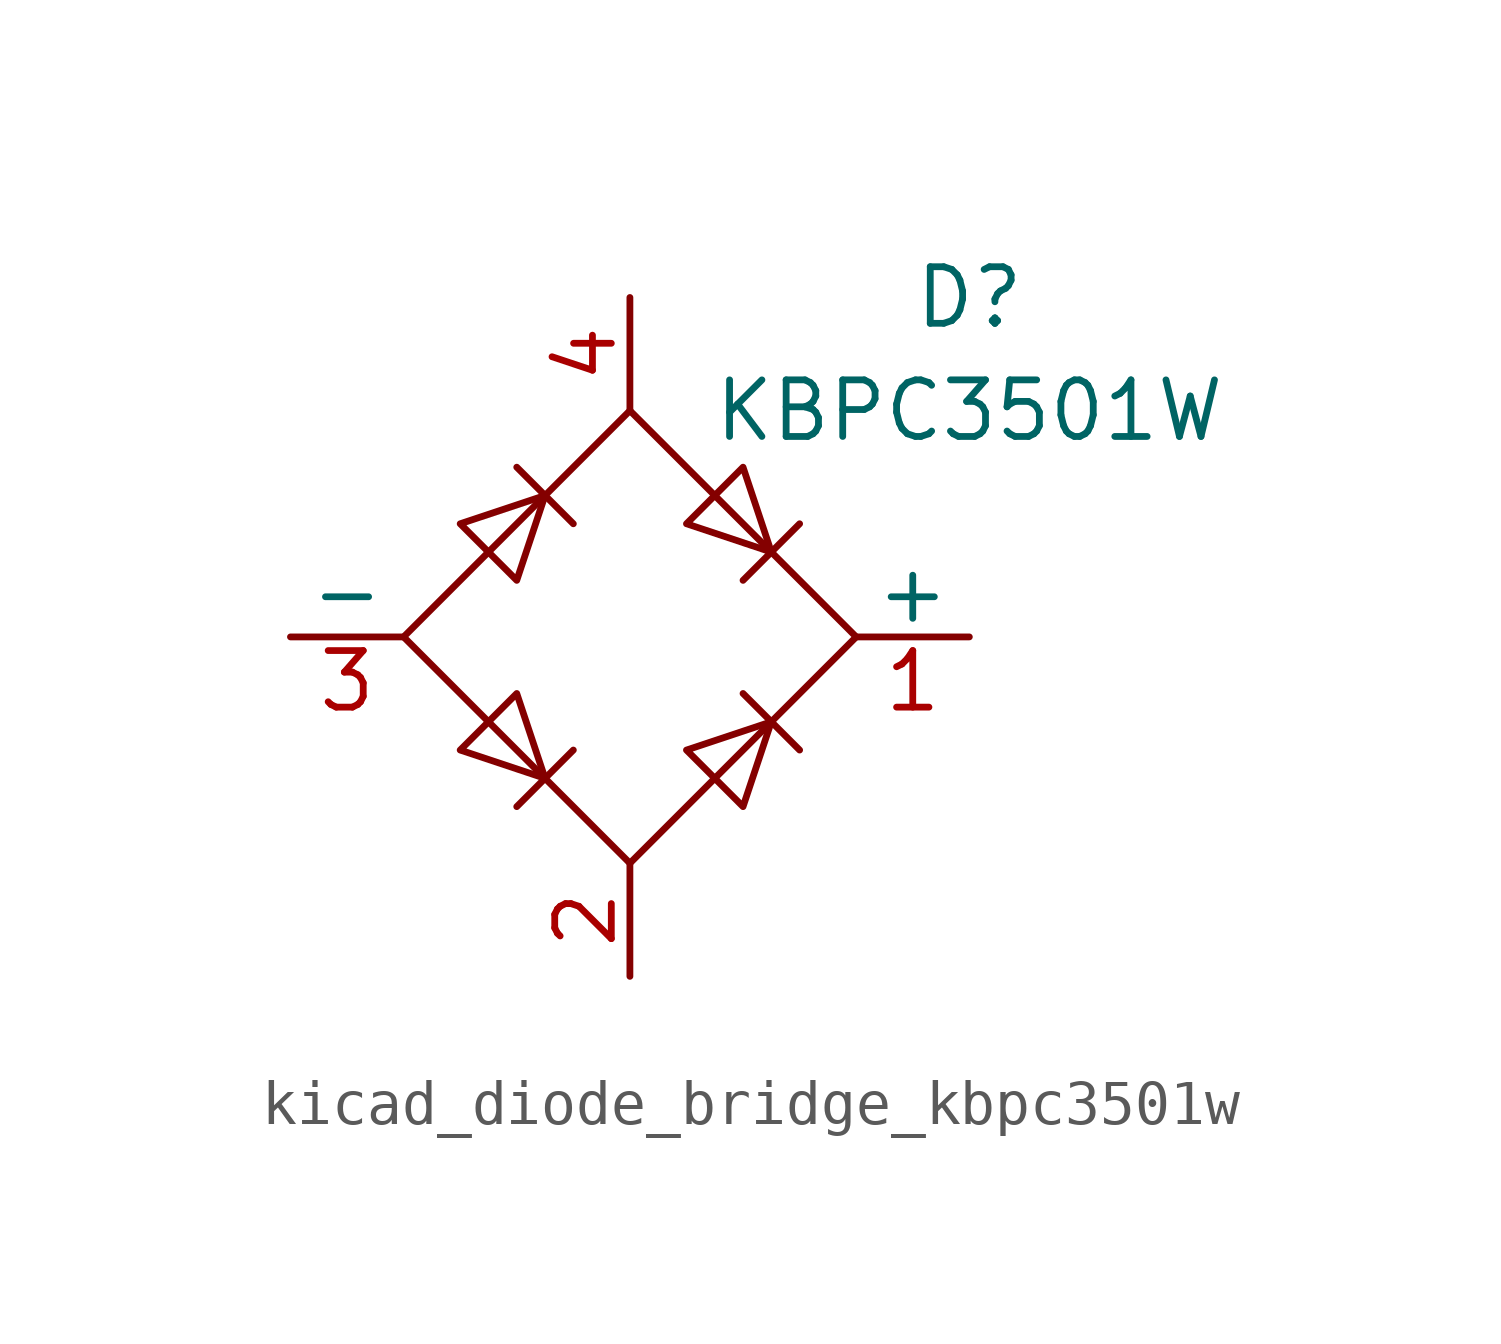
<source format=kicad_sym>
(kicad_symbol_lib
  (version 20220914)
  (generator kicad_symbol_editor)
  (symbol "kicad_diode_bridge_kbpc3501w"
    (pin_names
      (offset 0))
    (property "Reference" "D"
      (at 7.62 7.62 0)
      (effects (font (size 1.27 1.27))))
    (property "Value" "KBPC3501W"
      (at 7.62 5.08 0)
      (effects (font (size 1.27 1.27))))
    (symbol "kicad_diode_bridge_kbpc3501w_0_1"
      (polyline (pts (xy -2.54 3.81) (xy -1.27 2.54)) (stroke (width 0) (type default)) (fill (type none)))
      (polyline (pts (xy -1.27 -2.54) (xy -2.54 -3.81)) (stroke (width 0) (type default)) (fill (type none)))
      (polyline (pts (xy 2.54 -1.27) (xy 3.81 -2.54)) (stroke (width 0) (type default)) (fill (type none)))
      (polyline (pts (xy 2.54 1.27) (xy 3.81 2.54)) (stroke (width 0) (type default)) (fill (type none)))
      (polyline (pts (xy -3.81 2.54) (xy -2.54 1.27) (xy -1.905 3.175) (xy -3.81 2.54)) (stroke (width 0) (type default)) (fill (type none)))
      (polyline (pts (xy -2.54 -1.27) (xy -3.81 -2.54) (xy -1.905 -3.175) (xy -2.54 -1.27)) (stroke (width 0) (type default)) (fill (type none)))
      (polyline (pts (xy 1.27 2.54) (xy 2.54 3.81) (xy 3.175 1.905) (xy 1.27 2.54)) (stroke (width 0) (type default)) (fill (type none)))
      (polyline (pts (xy 3.175 -1.905) (xy 1.27 -2.54) (xy 2.54 -3.81) (xy 3.175 -1.905)) (stroke (width 0) (type default)) (fill (type none)))
      (polyline (pts (xy -5.08 0) (xy 0 -5.08) (xy 5.08 0) (xy 0 5.08) (xy -5.08 0)) (stroke (width 0) (type default)) (fill (type none))))
    (symbol "kicad_diode_bridge_kbpc3501w_1_1"
      (pin passive line (at 7.62 0 180) (length 2.54) (name "+" (effects (font (size 1.27 1.27)))) (number "1" (effects (font (size 1.27 1.27)))))
      (pin passive line (at 0 -7.62 90) (length 2.54) (name "~" (effects (font (size 1.27 1.27)))) (number "2" (effects (font (size 1.27 1.27)))))
      (pin passive line (at -7.62 0 0) (length 2.54) (name "-" (effects (font (size 1.27 1.27)))) (number "3" (effects (font (size 1.27 1.27)))))
      (pin passive line (at 0 7.62 270) (length 2.54) (name "~" (effects (font (size 1.27 1.27)))) (number "4" (effects (font (size 1.27 1.27))))))))
</source>
